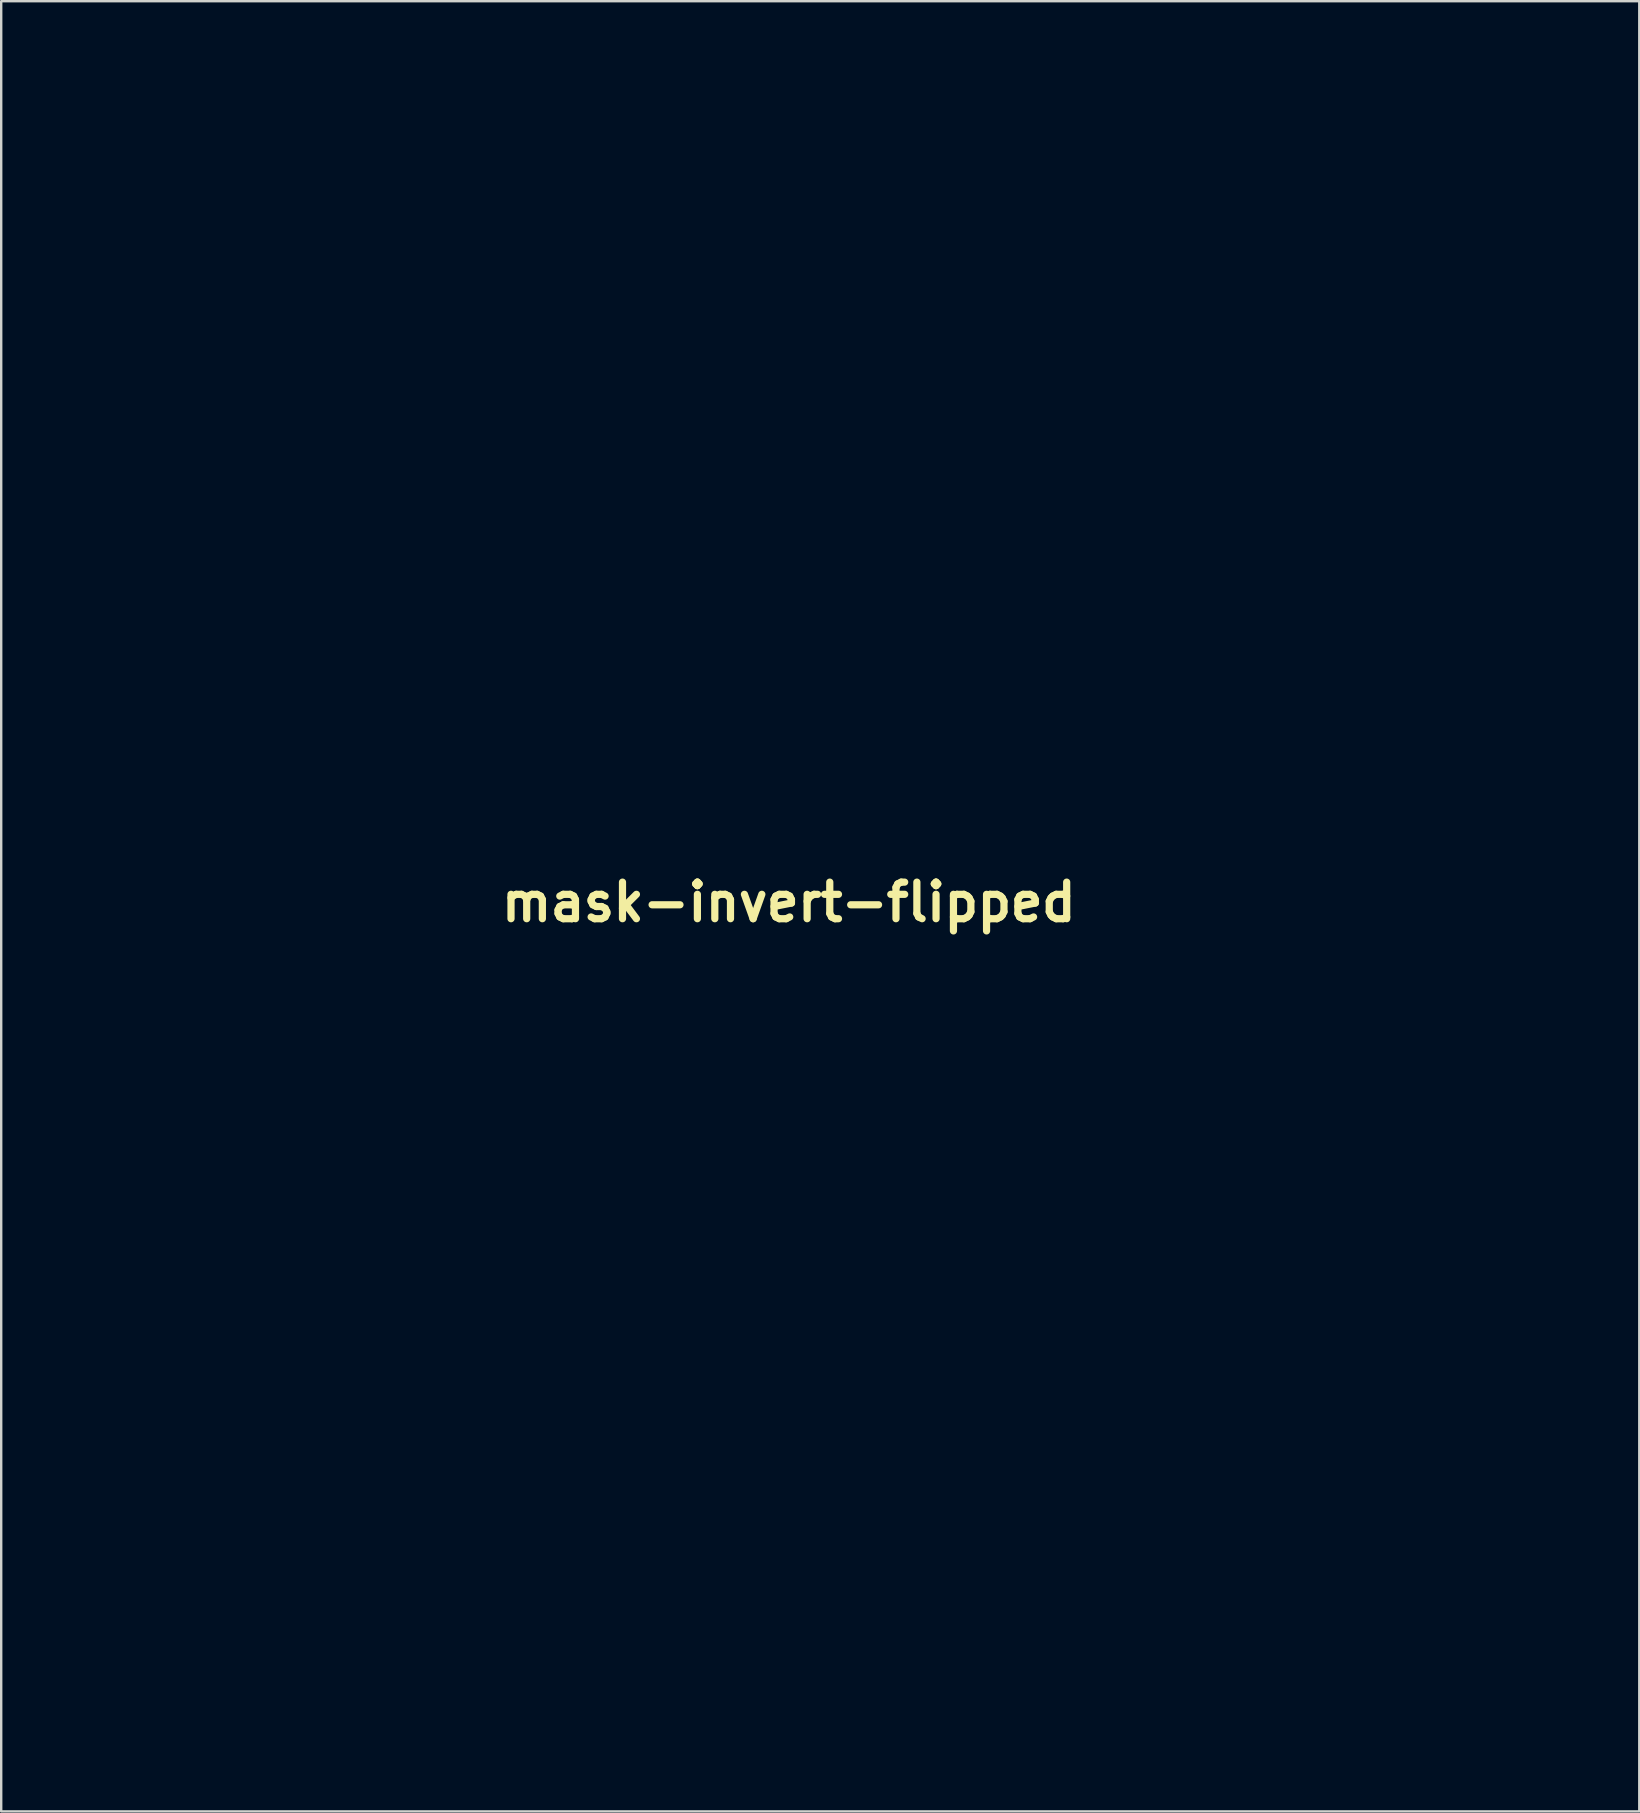
<source format=kicad_pcb>
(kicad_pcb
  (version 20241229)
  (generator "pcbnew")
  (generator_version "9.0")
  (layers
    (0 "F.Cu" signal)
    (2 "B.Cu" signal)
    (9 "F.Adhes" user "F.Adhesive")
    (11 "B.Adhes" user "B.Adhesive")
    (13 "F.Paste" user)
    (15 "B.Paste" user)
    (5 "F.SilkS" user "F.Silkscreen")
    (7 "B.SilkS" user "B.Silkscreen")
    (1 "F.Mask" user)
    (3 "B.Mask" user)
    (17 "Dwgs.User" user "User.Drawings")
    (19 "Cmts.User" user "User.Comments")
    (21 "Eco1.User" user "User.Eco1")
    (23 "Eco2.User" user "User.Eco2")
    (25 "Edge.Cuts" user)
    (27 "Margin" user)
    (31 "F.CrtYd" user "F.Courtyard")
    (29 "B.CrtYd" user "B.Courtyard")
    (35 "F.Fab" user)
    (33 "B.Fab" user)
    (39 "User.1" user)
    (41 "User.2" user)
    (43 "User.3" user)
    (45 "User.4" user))
  (footprint "mask-invert-flipped"
    (layer "F.Cu")
    (at 29.815 34.536)
    (property "Reference" "mask-invert-flipped" (at 0 0 0) (layer "F.SilkS") (effects (font (size 1.524 1.524) (thickness 0.3))))
    (attr board_only exclude_from_pos_files exclude_from_bom)
    (fp_poly (pts (xy -7.494 -34.531) (xy -6.917 -34.508) (xy -6.321 -34.47) (xy -5.727 -34.418) (xy -5.156 -34.354) (xy -4.627 -34.278) (xy -4.162 -34.194) (xy -3.781 -34.102) (xy -3.649 -34.061) (xy -3.455 -34.009) (xy -3.221 -33.963) (xy -3.111 -33.947) (xy -2.894 -33.905) (xy -2.633 -33.833) (xy -2.404 -33.754) (xy -2.14 -33.657) (xy -1.853 -33.561) (xy -1.641 -33.498) (xy -1.363 -33.412) (xy -1.046 -33.299) (xy -0.73 -33.174) (xy -0.457 -33.053) (xy -0.327 -32.987) (xy -0.22 -32.934) (xy -0.033 -32.848) (xy 0.211 -32.738) (xy 0.488 -32.616) (xy 0.581 -32.576) (xy 1.334 -32.25) (xy 2.102 -32.621) (xy 2.441 -32.784) (xy 2.701 -32.907) (xy 2.902 -33) (xy 3.068 -33.072) (xy 3.22 -33.133) (xy 3.381 -33.193) (xy 3.451 -33.219) (xy 3.808 -33.343) (xy 4.094 -33.433) (xy 4.341 -33.497) (xy 4.526 -33.535) (xy 4.769 -33.585) (xy 5.024 -33.645) (xy 5.12 -33.671) (xy 5.286 -33.71) (xy 5.532 -33.76) (xy 5.824 -33.813) (xy 6.13 -33.864) (xy 6.138 -33.865) (xy 6.521 -33.912) (xy 6.977 -33.948) (xy 7.478 -33.972) (xy 7.999 -33.983) (xy 8.516 -33.983) (xy 9.002 -33.97) (xy 9.433 -33.944) (xy 9.782 -33.906) (xy 9.843 -33.896) (xy 10.246 -33.824) (xy 10.549 -33.765) (xy 10.764 -33.716) (xy 10.906 -33.674) (xy 10.961 -33.65) (xy 11.071 -33.616) (xy 11.247 -33.582) (xy 11.376 -33.565) (xy 11.593 -33.527) (xy 11.858 -33.462) (xy 12.111 -33.385) (xy 12.347 -33.307) (xy 12.571 -33.236) (xy 12.738 -33.188) (xy 12.746 -33.186) (xy 12.918 -33.129) (xy 13.132 -33.041) (xy 13.284 -32.97) (xy 13.478 -32.877) (xy 13.652 -32.802) (xy 13.747 -32.767) (xy 13.882 -32.716) (xy 14.085 -32.626) (xy 14.334 -32.509) (xy 14.607 -32.375) (xy 14.883 -32.234) (xy 15.141 -32.099) (xy 15.358 -31.979) (xy 15.515 -31.886) (xy 15.586 -31.834) (xy 15.686 -31.75) (xy 15.758 -31.722) (xy 15.837 -31.69) (xy 15.974 -31.607) (xy 16.131 -31.499) (xy 16.476 -31.242) (xy 16.822 -30.979) (xy 17.148 -30.727) (xy 17.433 -30.502) (xy 17.655 -30.32) (xy 17.716 -30.268) (xy 17.865 -30.145) (xy 17.983 -30.058) (xy 18.041 -30.028) (xy 18.096 -29.99) (xy 18.215 -29.885) (xy 18.384 -29.728) (xy 18.589 -29.532) (xy 18.816 -29.311) (xy 19.049 -29.08) (xy 19.275 -28.853) (xy 19.479 -28.643) (xy 19.647 -28.466) (xy 19.731 -28.373) (xy 19.874 -28.2) (xy 19.996 -28.033) (xy 20.057 -27.935) (xy 20.127 -27.823) (xy 20.184 -27.771) (xy 20.187 -27.771) (xy 20.241 -27.729) (xy 20.349 -27.616) (xy 20.496 -27.449) (xy 20.667 -27.246) (xy 20.846 -27.025) (xy 21.004 -26.821) (xy 21.103 -26.684) (xy 21.246 -26.477) (xy 21.416 -26.228) (xy 21.594 -25.962) (xy 21.763 -25.706) (xy 21.906 -25.485) (xy 21.982 -25.364) (xy 22.066 -25.231) (xy 22.189 -25.041) (xy 22.327 -24.833) (xy 22.35 -24.799) (xy 22.443 -24.649) (xy 22.563 -24.436) (xy 22.702 -24.18) (xy 22.85 -23.9) (xy 22.995 -23.616) (xy 23.129 -23.347) (xy 23.242 -23.113) (xy 23.322 -22.933) (xy 23.361 -22.828) (xy 23.363 -22.814) (xy 23.387 -22.747) (xy 23.451 -22.605) (xy 23.543 -22.411) (xy 23.6 -22.296) (xy 23.716 -22.047) (xy 23.819 -21.797) (xy 23.892 -21.59) (xy 23.907 -21.536) (xy 23.962 -21.337) (xy 24.039 -21.085) (xy 24.122 -20.834) (xy 24.124 -20.828) (xy 24.271 -20.402) (xy 24.386 -20.062) (xy 24.474 -19.788) (xy 24.542 -19.56) (xy 24.595 -19.358) (xy 24.639 -19.162) (xy 24.681 -18.951) (xy 24.699 -18.852) (xy 24.745 -18.58) (xy 24.797 -18.249) (xy 24.846 -17.912) (xy 24.867 -17.752) (xy 24.907 -17.46) (xy 24.95 -17.174) (xy 24.989 -16.933) (xy 25.009 -16.82) (xy 25.034 -16.628) (xy 25.056 -16.343) (xy 25.075 -15.989) (xy 25.089 -15.586) (xy 25.099 -15.156) (xy 25.104 -14.72) (xy 25.103 -14.3) (xy 25.098 -13.918) (xy 25.086 -13.593) (xy 25.068 -13.349) (xy 25.005 -12.782) (xy 24.952 -12.317) (xy 24.907 -11.948) (xy 24.87 -11.663) (xy 24.838 -11.455) (xy 24.811 -11.314) (xy 24.788 -11.232) (xy 24.787 -11.231) (xy 24.751 -11.117) (xy 24.701 -10.924) (xy 24.643 -10.684) (xy 24.608 -10.527) (xy 24.545 -10.255) (xy 24.48 -9.994) (xy 24.421 -9.785) (xy 24.397 -9.708) (xy 24.328 -9.517) (xy 24.235 -9.265) (xy 24.127 -8.979) (xy 24.014 -8.683) (xy 23.907 -8.407) (xy 23.815 -8.174) (xy 23.749 -8.013) (xy 23.734 -7.98) (xy 23.687 -7.857) (xy 23.702 -7.79) (xy 23.79 -7.732) (xy 23.794 -7.73) (xy 23.942 -7.614) (xy 24.123 -7.417) (xy 24.318 -7.158) (xy 24.47 -6.927) (xy 24.595 -6.727) (xy 24.742 -6.493) (xy 24.844 -6.334) (xy 24.961 -6.118) (xy 25.091 -5.821) (xy 25.225 -5.473) (xy 25.35 -5.103) (xy 25.456 -4.74) (xy 25.505 -4.544) (xy 25.56 -4.279) (xy 25.603 -4.007) (xy 25.635 -3.71) (xy 25.658 -3.37) (xy 25.672 -2.969) (xy 25.68 -2.488) (xy 25.682 -2.023) (xy 25.679 -1.474) (xy 25.67 -1.02) (xy 25.652 -0.644) (xy 25.624 -0.328) (xy 25.583 -0.055) (xy 25.528 0.193) (xy 25.457 0.433) (xy 25.412 0.564) (xy 25.335 0.796) (xy 25.251 1.066) (xy 25.201 1.242) (xy 25.151 1.417) (xy 25.099 1.577) (xy 25.037 1.741) (xy 24.957 1.932) (xy 24.849 2.168) (xy 24.704 2.472) (xy 24.59 2.711) (xy 24.367 3.137) (xy 24.139 3.493) (xy 23.89 3.809) (xy 23.538 4.204) (xy 23.2 4.557) (xy 22.893 4.852) (xy 22.653 5.057) (xy 22.385 5.241) (xy 22.057 5.427) (xy 21.714 5.595) (xy 21.397 5.72) (xy 21.29 5.754) (xy 21.114 5.809) (xy 21.006 5.874) (xy 20.93 5.982) (xy 20.857 6.163) (xy 20.85 6.181) (xy 20.645 6.703) (xy 20.39 7.284) (xy 20.083 7.93) (xy 19.924 8.256) (xy 19.75 8.617) (xy 19.583 8.962) (xy 19.47 9.2) (xy 19.335 9.473) (xy 19.193 9.74) (xy 19.063 9.966) (xy 18.988 10.083) (xy 18.864 10.274) (xy 18.754 10.461) (xy 18.702 10.563) (xy 18.504 10.939) (xy 18.232 11.368) (xy 18.054 11.621) (xy 17.863 11.887) (xy 17.633 12.215) (xy 17.386 12.573) (xy 17.146 12.927) (xy 17.014 13.123) (xy 16.765 13.473) (xy 16.433 13.897) (xy 16.268 14.098) (xy 16.127 14.274) (xy 15.952 14.498) (xy 15.777 14.728) (xy 15.743 14.774) (xy 15.604 14.955) (xy 15.486 15.095) (xy 15.409 15.174) (xy 15.391 15.184) (xy 15.34 15.225) (xy 15.232 15.338) (xy 15.084 15.508) (xy 14.909 15.716) (xy 14.871 15.762) (xy 14.503 16.19) (xy 14.059 16.663) (xy 13.56 17.164) (xy 13.022 17.674) (xy 12.464 18.175) (xy 12.399 18.232) (xy 11.716 18.824) (xy 11.713 22.474) (xy 11.71 26.124) (xy 12.205 26.156) (xy 12.496 26.181) (xy 12.805 26.214) (xy 13.07 26.25) (xy 13.096 26.254) (xy 13.362 26.295) (xy 13.645 26.337) (xy 13.831 26.362) (xy 14.052 26.397) (xy 14.257 26.438) (xy 14.357 26.465) (xy 14.496 26.494) (xy 14.711 26.524) (xy 14.966 26.551) (xy 15.093 26.561) (xy 15.36 26.586) (xy 15.612 26.621) (xy 15.808 26.659) (xy 15.868 26.676) (xy 16.056 26.727) (xy 16.231 26.753) (xy 16.259 26.754) (xy 16.411 26.77) (xy 16.611 26.809) (xy 16.712 26.835) (xy 17.026 26.91) (xy 17.445 26.989) (xy 17.961 27.07) (xy 18.107 27.091) (xy 18.303 27.126) (xy 18.466 27.167) (xy 18.531 27.191) (xy 18.658 27.237) (xy 18.831 27.278) (xy 18.866 27.284) (xy 19.121 27.332) (xy 19.423 27.397) (xy 19.728 27.469) (xy 19.991 27.539) (xy 20.111 27.575) (xy 20.316 27.63) (xy 20.547 27.676) (xy 20.604 27.684) (xy 20.78 27.719) (xy 21.021 27.779) (xy 21.284 27.855) (xy 21.384 27.887) (xy 21.624 27.96) (xy 21.836 28.016) (xy 21.989 28.049) (xy 22.033 28.053) (xy 22.146 28.072) (xy 22.331 28.123) (xy 22.554 28.196) (xy 22.638 28.226) (xy 22.878 28.311) (xy 23.103 28.385) (xy 23.272 28.435) (xy 23.307 28.443) (xy 23.433 28.477) (xy 23.64 28.539) (xy 23.901 28.622) (xy 24.192 28.716) (xy 24.269 28.742) (xy 24.57 28.841) (xy 24.858 28.932) (xy 25.103 29.007) (xy 25.276 29.055) (xy 25.301 29.062) (xy 25.517 29.129) (xy 25.728 29.218) (xy 25.781 29.246) (xy 25.965 29.331) (xy 26.19 29.412) (xy 26.295 29.443) (xy 26.454 29.489) (xy 26.625 29.548) (xy 26.827 29.63) (xy 27.082 29.742) (xy 27.409 29.893) (xy 27.578 29.973) (xy 27.796 30.07) (xy 28.01 30.156) (xy 28.14 30.201) (xy 28.329 30.272) (xy 28.585 30.387) (xy 28.882 30.53) (xy 29.19 30.687) (xy 29.48 30.844) (xy 29.723 30.987) (xy 29.812 31.044) (xy 30.041 31.185) (xy 30.296 31.324) (xy 30.445 31.397) (xy 30.705 31.533) (xy 31.014 31.721) (xy 31.338 31.938) (xy 31.642 32.161) (xy 31.892 32.367) (xy 31.949 32.42) (xy 32.187 32.686) (xy 32.338 32.961) (xy 32.415 33.276) (xy 32.432 33.615) (xy 32.421 33.881) (xy 32.39 34.08) (xy 32.33 34.256) (xy 32.281 34.36) (xy 32.168 34.545) (xy 32.039 34.703) (xy 31.969 34.765) (xy 31.803 34.883) (xy -29.113 34.883) (xy -29.375 34.633) (xy -29.608 34.336) (xy -29.755 33.988) (xy -29.815 33.613) (xy -29.787 33.234) (xy -29.67 32.874) (xy -29.464 32.559) (xy -29.271 32.368) (xy -29.013 32.15) (xy -28.718 31.926) (xy -28.413 31.716) (xy -28.128 31.541) (xy -27.891 31.421) (xy -27.854 31.406) (xy -27.673 31.323) (xy -27.447 31.2) (xy -27.225 31.064) (xy -27.216 31.059) (xy -26.827 30.825) (xy -26.387 30.597) (xy -25.947 30.401) (xy -25.687 30.302) (xy -25.472 30.219) (xy -25.265 30.124) (xy -25.178 30.077) (xy -24.952 29.958) (xy -24.638 29.815) (xy -24.257 29.656) (xy -23.829 29.488) (xy -23.375 29.32) (xy -22.915 29.159) (xy -22.47 29.013) (xy -22.289 28.958) (xy -21.875 28.827) (xy -21.491 28.695) (xy -21.169 28.571) (xy -21.064 28.527) (xy -20.915 28.472) (xy -20.799 28.448) (xy -20.795 28.448) (xy -20.704 28.43) (xy -20.536 28.382) (xy -20.32 28.312) (xy -20.21 28.274) (xy -19.95 28.189) (xy -19.693 28.114) (xy -19.482 28.063) (xy -19.432 28.053) (xy -19.242 28.013) (xy -18.991 27.951) (xy -18.727 27.879) (xy -18.668 27.861) (xy -18.438 27.796) (xy -18.239 27.746) (xy -18.102 27.719) (xy -18.074 27.716) (xy -17.965 27.7) (xy -17.786 27.659) (xy -17.575 27.601) (xy -17.565 27.598) (xy -17.176 27.484) (xy -16.877 27.4) (xy -16.648 27.341) (xy -16.473 27.302) (xy -16.405 27.289) (xy -16.243 27.259) (xy -16.023 27.216) (xy -15.84 27.177) (xy -15.475 27.1) (xy -15.194 27.044) (xy -14.97 27.003) (xy -14.778 26.973) (xy -14.591 26.949) (xy -14.569 26.946) (xy -14.348 26.912) (xy -14.145 26.864) (xy -14.047 26.831) (xy -13.864 26.78) (xy -13.657 26.755) (xy -13.632 26.755) (xy -13.456 26.741) (xy -13.315 26.707) (xy -13.293 26.698) (xy -13.197 26.669) (xy -13.015 26.634) (xy -12.773 26.596) (xy -12.509 26.562) (xy -12.239 26.528) (xy -12.007 26.493) (xy -11.838 26.462) (xy -11.758 26.439) (xy -11.669 26.412) (xy -11.501 26.383) (xy -11.289 26.357) (xy -11.259 26.354) (xy -10.974 26.324) (xy -10.664 26.285) (xy -10.437 26.252) (xy -10.181 26.218) (xy -9.874 26.185) (xy -9.578 26.159) (xy -9.546 26.157) (xy -9.051 26.124) (xy -9.051 23.8) (xy -9.052 23.232) (xy -9.055 22.641) (xy -9.06 22.052) (xy -9.066 21.485) (xy -9.073 20.965) (xy -9.08 20.512) (xy -9.089 20.161) (xy -9.126 18.844) (xy -9.605 18.439) (xy -9.85 18.226) (xy -10.106 17.991) (xy -10.336 17.771) (xy -10.43 17.675) (xy -10.635 17.464) (xy -10.852 17.239) (xy -11.041 17.045) (xy -11.059 17.025) (xy -11.511 16.557) (xy -11.891 16.158) (xy -12.208 15.818) (xy -12.471 15.529) (xy -12.688 15.279) (xy -12.87 15.06) (xy -12.906 15.014) (xy -13.097 14.774) (xy -13.297 14.528) (xy -13.474 14.312) (xy -13.548 14.224) (xy -13.723 14.012) (xy -13.918 13.764) (xy -14.076 13.556) (xy -14.247 13.326) (xy -14.432 13.076) (xy -14.578 12.879) (xy -14.762 12.623) (xy -14.984 12.303) (xy -15.222 11.95) (xy -15.456 11.596) (xy -15.664 11.273) (xy -15.8 11.053) (xy -15.948 10.808) (xy -16.115 10.534) (xy -16.239 10.329) (xy -16.35 10.135) (xy -16.493 9.872) (xy -16.647 9.574) (xy -16.797 9.275) (xy -16.806 9.257) (xy -16.936 8.99) (xy -17.054 8.752) (xy -17.147 8.566) (xy -17.205 8.453) (xy -17.213 8.438) (xy -17.296 8.281) (xy -17.408 8.06) (xy -17.533 7.804) (xy -17.659 7.542) (xy -17.772 7.301) (xy -17.859 7.11) (xy -17.9 7.01) (xy -17.958 6.857) (xy -18.039 6.639) (xy -18.127 6.4) (xy -18.145 6.354) (xy -18.237 6.12) (xy -18.315 5.971) (xy -18.394 5.882) (xy -18.475 5.835) (xy -18.598 5.782) (xy -18.793 5.698) (xy -19.028 5.598) (xy -19.161 5.541) (xy -19.548 5.361) (xy -19.891 5.166) (xy -20.207 4.942) (xy -20.511 4.674) (xy -20.82 4.349) (xy -21.15 3.952) (xy -21.505 3.487) (xy -21.651 3.263) (xy -21.823 2.962) (xy -22.006 2.612) (xy -22.119 2.378) (xy -10.071 2.378) (xy -10.037 2.925) (xy -10.013 3.203) (xy -9.978 3.475) (xy -9.939 3.698) (xy -9.923 3.762) (xy -9.874 3.999) (xy -9.846 4.251) (xy -9.843 4.337) (xy -9.832 4.536) (xy -9.805 4.709) (xy -9.789 4.764) (xy -9.764 4.873) (xy -9.734 5.068) (xy -9.703 5.324) (xy -9.675 5.613) (xy -9.671 5.657) (xy -9.641 5.97) (xy -9.604 6.273) (xy -9.565 6.533) (xy -9.529 6.716) (xy -9.528 6.721) (xy -9.481 6.946) (xy -9.452 7.17) (xy -9.447 7.27) (xy -9.433 7.487) (xy -9.399 7.714) (xy -9.392 7.746) (xy -9.369 7.88) (xy -9.34 8.103) (xy -9.308 8.392) (xy -9.275 8.724) (xy -9.247 9.031) (xy -9.203 9.53) (xy -9.158 10.006) (xy -9.113 10.446) (xy -9.07 10.833) (xy -9.031 11.151) (xy -8.997 11.387) (xy -8.973 11.515) (xy -8.956 11.621) (xy -8.935 11.814) (xy -8.912 12.072) (xy -8.888 12.368) (xy -8.881 12.474) (xy -8.854 12.794) (xy -8.822 13.098) (xy -8.788 13.358) (xy -8.756 13.542) (xy -8.748 13.573) (xy -8.672 13.853) (xy -8.197 13.95) (xy -7.928 14.008) (xy -7.656 14.072) (xy -7.435 14.13) (xy -7.411 14.137) (xy -7.182 14.193) (xy -6.909 14.248) (xy -6.704 14.281) (xy -6.507 14.309) (xy -6.327 14.339) (xy -6.136 14.375) (xy -5.909 14.423) (xy -5.621 14.488) (xy -5.306 14.561) (xy -5.033 14.615) (xy -4.753 14.656) (xy -4.52 14.675) (xy -4.48 14.676) (xy -4.238 14.69) (xy -3.992 14.728) (xy -3.881 14.756) (xy -3.712 14.793) (xy -3.466 14.829) (xy -3.183 14.859) (xy -2.981 14.874) (xy -2.698 14.895) (xy -2.434 14.921) (xy -2.223 14.948) (xy -2.121 14.966) (xy -1.959 14.994) (xy -1.694 15.025) (xy -1.339 15.059) (xy -0.906 15.094) (xy -0.404 15.129) (xy 0.154 15.164) (xy 0.424 15.179) (xy 0.701 15.191) (xy 1.038 15.198) (xy 1.421 15.201) (xy 1.83 15.2) (xy 2.249 15.197) (xy 2.66 15.19) (xy 3.047 15.18) (xy 3.392 15.169) (xy 3.677 15.155) (xy 3.885 15.139) (xy 4 15.121) (xy 4.006 15.119) (xy 4.129 15.094) (xy 4.322 15.077) (xy 4.526 15.071) (xy 4.749 15.062) (xy 4.946 15.041) (xy 5.066 15.013) (xy 5.181 14.986) (xy 5.38 14.956) (xy 5.636 14.926) (xy 5.904 14.901) (xy 6.79 14.804) (xy 7.642 14.656) (xy 7.976 14.581) (xy 8.223 14.525) (xy 8.475 14.472) (xy 8.627 14.444) (xy 9.16 14.343) (xy 9.771 14.209) (xy 10.267 14.09) (xy 10.533 14.025) (xy 10.782 13.966) (xy 10.978 13.92) (xy 11.052 13.904) (xy 11.178 13.869) (xy 11.257 13.813) (xy 11.314 13.705) (xy 11.369 13.54) (xy 11.412 13.355) (xy 11.452 13.093) (xy 11.487 12.792) (xy 11.507 12.524) (xy 11.528 12.227) (xy 11.554 11.946) (xy 11.583 11.713) (xy 11.607 11.571) (xy 11.638 11.401) (xy 11.671 11.159) (xy 11.701 10.886) (xy 11.712 10.753) (xy 11.74 10.432) (xy 11.774 10.08) (xy 11.808 9.759) (xy 11.817 9.68) (xy 11.846 9.41) (xy 11.88 9.074) (xy 11.914 8.721) (xy 11.937 8.467) (xy 11.984 7.947) (xy 12.028 7.526) (xy 12.07 7.19) (xy 12.111 6.927) (xy 12.154 6.721) (xy 12.155 6.717) (xy 12.187 6.549) (xy 12.228 6.278) (xy 12.275 5.917) (xy 12.328 5.475) (xy 12.385 4.963) (xy 12.441 4.428) (xy 12.466 4.221) (xy 12.495 4.057) (xy 12.519 3.969) (xy 12.52 3.968) (xy 12.538 3.897) (xy 12.563 3.742) (xy 12.594 3.528) (xy 12.626 3.279) (xy 12.658 3.021) (xy 12.685 2.779) (xy 12.705 2.576) (xy 12.715 2.439) (xy 12.713 2.393) (xy 12.652 2.378) (xy 12.503 2.352) (xy 12.291 2.319) (xy 12.04 2.282) (xy 11.774 2.246) (xy 11.517 2.214) (xy 11.427 2.203) (xy 11.199 2.172) (xy 10.999 2.136) (xy 10.867 2.102) (xy 10.861 2.1) (xy 10.74 2.07) (xy 10.542 2.038) (xy 10.307 2.01) (xy 10.244 2.004) (xy 9.999 1.978) (xy 9.776 1.946) (xy 9.617 1.914) (xy 9.593 1.907) (xy 9.443 1.871) (xy 9.232 1.833) (xy 9.051 1.807) (xy 8.779 1.77) (xy 8.48 1.726) (xy 8.316 1.701) (xy 8.094 1.668) (xy 7.807 1.63) (xy 7.501 1.594) (xy 7.354 1.578) (xy 6.915 1.529) (xy 6.565 1.483) (xy 6.28 1.437) (xy 6.035 1.387) (xy 5.94 1.365) (xy 5.709 1.321) (xy 5.38 1.28) (xy 4.967 1.241) (xy 4.487 1.205) (xy 3.953 1.172) (xy 3.38 1.143) (xy 2.784 1.118) (xy 2.18 1.098) (xy 1.582 1.083) (xy 1.006 1.074) (xy 0.466 1.072) (xy -0.023 1.076) (xy -0.445 1.088) (xy -0.786 1.107) (xy -0.99 1.129) (xy -1.208 1.157) (xy -1.506 1.19) (xy -1.852 1.225) (xy -2.212 1.259) (xy -2.376 1.274) (xy -2.735 1.308) (xy -3.098 1.346) (xy -3.431 1.386) (xy -3.7 1.422) (xy -3.79 1.437) (xy -4.066 1.484) (xy -4.35 1.533) (xy -4.586 1.573) (xy -4.61 1.578) (xy -4.865 1.612) (xy -5.136 1.633) (xy -5.266 1.637) (xy -5.51 1.653) (xy -5.762 1.696) (xy -5.86 1.721) (xy -6.076 1.772) (xy -6.293 1.803) (xy -6.364 1.806) (xy -6.565 1.825) (xy -6.789 1.869) (xy -6.849 1.886) (xy -7.036 1.93) (xy -7.285 1.971) (xy -7.542 2.002) (xy -7.556 2.003) (xy -7.817 2.033) (xy -8.075 2.075) (xy -8.278 2.12) (xy -8.284 2.122) (xy -8.518 2.171) (xy -8.769 2.199) (xy -8.843 2.201) (xy -9.059 2.213) (xy -9.268 2.242) (xy -9.328 2.256) (xy -9.516 2.297) (xy -9.737 2.335) (xy -9.802 2.344) (xy -10.071 2.378) (xy -22.119 2.378) (xy -22.186 2.241) (xy -22.348 1.879) (xy -22.48 1.553) (xy -22.539 1.383) (xy -22.598 1.201) (xy -22.677 0.954) (xy -22.765 0.683) (xy -22.803 0.564) (xy -22.907 0.176) (xy -22.985 -0.277) (xy -23.039 -0.807) (xy -23.07 -1.425) (xy -23.079 -1.998) (xy -23.081 -2.613) (xy -23.66 -3.183) (xy -23.967 -3.489) (xy -24.276 -3.805) (xy -24.576 -4.118) (xy -24.854 -4.415) (xy -25.1 -4.683) (xy -25.3 -4.91) (xy -25.443 -5.083) (xy -25.515 -5.186) (xy -25.613 -5.344) (xy -25.729 -5.506) (xy -25.73 -5.508) (xy -25.909 -5.744) (xy -26.09 -5.996) (xy -26.258 -6.24) (xy -26.399 -6.454) (xy -26.496 -6.616) (xy -26.53 -6.685) (xy -26.558 -6.816) (xy -26.579 -7.018) (xy -26.587 -7.249) (xy -26.587 -7.271) (xy -26.577 -7.544) (xy -26.54 -7.757) (xy -26.466 -7.962) (xy -26.442 -8.015) (xy -26.317 -8.256) (xy -26.183 -8.436) (xy -26.012 -8.585) (xy -25.774 -8.732) (xy -25.664 -8.791) (xy -25.277 -8.994) (xy -25.492 -9.098) (xy -25.814 -9.317) (xy -26.083 -9.631) (xy -26.294 -10.035) (xy -26.394 -10.329) (xy -26.451 -10.527) (xy -26.508 -10.71) (xy -26.522 -10.753) (xy -26.592 -10.962) (xy -26.648 -11.135) (xy -26.693 -11.289) (xy -26.726 -11.439) (xy -26.75 -11.599) (xy -26.766 -11.786) (xy -26.777 -12.014) (xy -26.782 -12.3) (xy -26.784 -12.658) (xy -26.785 -13.104) (xy -26.785 -13.434) (xy -26.785 -13.961) (xy -26.782 -14.388) (xy -26.778 -14.728) (xy -26.771 -14.996) (xy -26.76 -15.203) (xy -26.745 -15.363) (xy -26.726 -15.49) (xy -26.701 -15.596) (xy -26.687 -15.644) (xy -26.632 -15.852) (xy -26.596 -16.044) (xy -26.588 -16.137) (xy -26.567 -16.308) (xy -26.516 -16.499) (xy -26.508 -16.523) (xy -26.451 -16.714) (xy -26.405 -16.94) (xy -26.394 -17.018) (xy -26.357 -17.22) (xy -26.29 -17.469) (xy -26.216 -17.695) (xy -26.136 -17.922) (xy -26.066 -18.135) (xy -26.02 -18.288) (xy -25.97 -18.455) (xy -25.897 -18.667) (xy -25.848 -18.796) (xy -25.757 -19.031) (xy -25.664 -19.279) (xy -25.624 -19.389) (xy -25.549 -19.569) (xy -25.429 -19.829) (xy -25.275 -20.147) (xy -25.096 -20.505) (xy -24.903 -20.882) (xy -24.707 -21.258) (xy -24.516 -21.615) (xy -24.342 -21.931) (xy -24.195 -22.187) (xy -24.107 -22.331) (xy -23.837 -22.739) (xy -23.582 -23.107) (xy -23.315 -23.472) (xy -23.011 -23.869) (xy -22.869 -24.051) (xy -22.701 -24.265) (xy -22.52 -24.497) (xy -22.41 -24.639) (xy -22.22 -24.867) (xy -21.963 -25.147) (xy -21.655 -25.466) (xy -21.314 -25.806) (xy -20.953 -26.154) (xy -20.589 -26.494) (xy -20.239 -26.812) (xy -19.918 -27.09) (xy -19.642 -27.316) (xy -19.432 -27.47) (xy -19.261 -27.586) (xy -19.105 -27.694) (xy -19.064 -27.724) (xy -18.923 -27.822) (xy -18.688 -27.981) (xy -18.359 -28.199) (xy -17.947 -28.469) (xy -17.764 -28.589) (xy -17.907 -28.694) (xy -18.081 -28.885) (xy -18.224 -29.173) (xy -18.327 -29.537) (xy -18.366 -29.925) (xy -18.311 -30.288) (xy -18.176 -30.621) (xy -18.003 -30.916) (xy -17.82 -31.122) (xy -17.622 -31.256) (xy -17.497 -31.33) (xy -17.317 -31.451) (xy -17.114 -31.596) (xy -17.056 -31.638) (xy -16.805 -31.812) (xy -16.518 -31.989) (xy -16.255 -32.133) (xy -16.241 -32.14) (xy -15.987 -32.269) (xy -15.723 -32.412) (xy -15.502 -32.539) (xy -15.498 -32.542) (xy -15.327 -32.641) (xy -15.194 -32.712) (xy -15.129 -32.738) (xy -15.06 -32.762) (xy -14.919 -32.826) (xy -14.735 -32.918) (xy -14.701 -32.935) (xy -14.507 -33.031) (xy -14.347 -33.101) (xy -14.251 -33.133) (xy -14.244 -33.133) (xy -14.147 -33.159) (xy -14.01 -33.221) (xy -14.001 -33.225) (xy -13.86 -33.29) (xy -13.636 -33.381) (xy -13.353 -33.487) (xy -13.035 -33.601) (xy -12.708 -33.713) (xy -12.396 -33.814) (xy -12.389 -33.816) (xy -12.129 -33.897) (xy -11.85 -33.986) (xy -11.682 -34.04) (xy -11.473 -34.099) (xy -11.284 -34.138) (xy -11.181 -34.149) (xy -11.032 -34.164) (xy -10.834 -34.204) (xy -10.729 -34.231) (xy -10.541 -34.273) (xy -10.283 -34.318) (xy -10 -34.359) (xy -9.871 -34.374) (xy -9.573 -34.407) (xy -9.262 -34.443) (xy -8.992 -34.476) (xy -8.91 -34.487) (xy -8.511 -34.522) (xy -8.032 -34.536)) (stroke (width 0) (type solid)) (fill yes) (layer "F.Mask")))
  (gr_rect
    (start -3 -3)
    (end 65.246 72.418)
    (stroke (width 0.1) (type default))
    (fill no)
    (layer "Edge.Cuts")))
</source>
